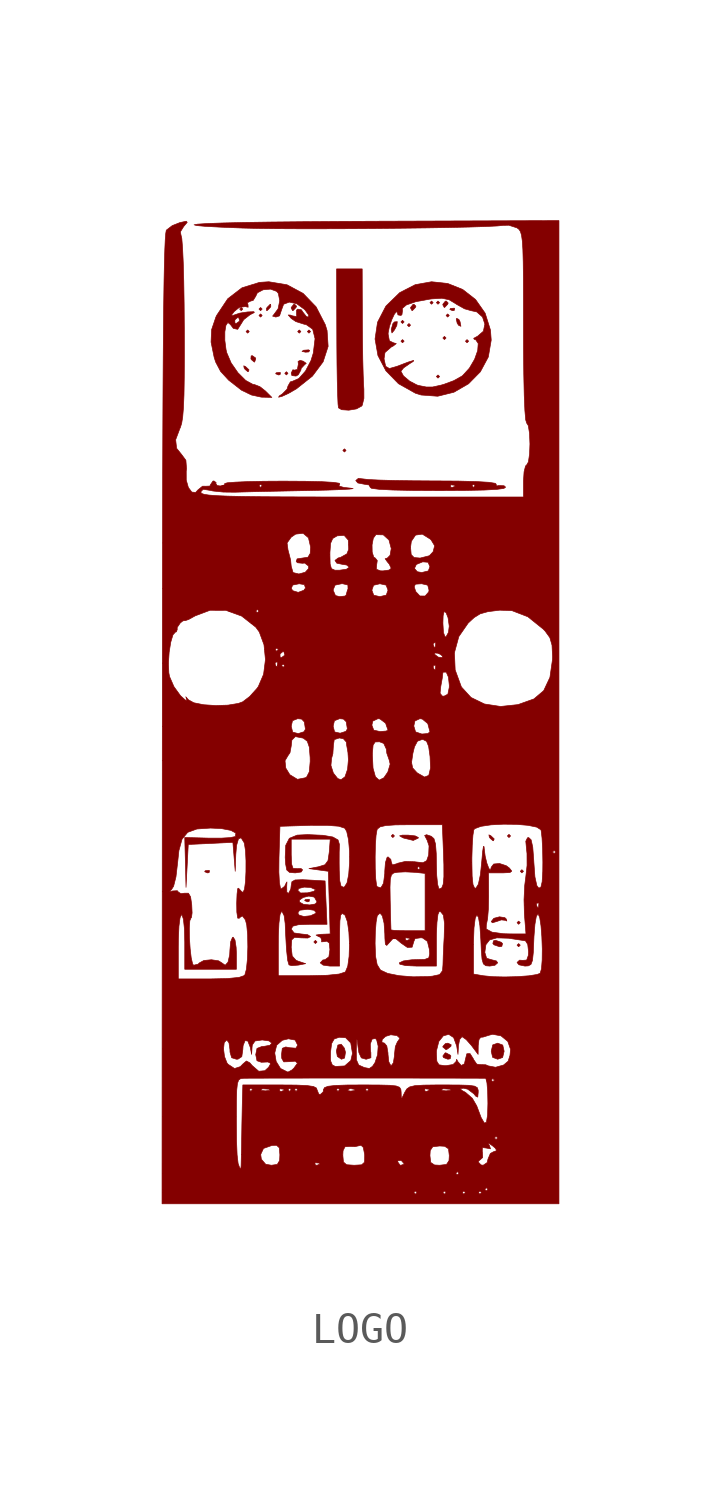
<source format=kicad_sym>
(kicad_symbol_lib
  (version 20220914)
  (generator bitmap2component)
  (symbol "LOGO"
    (pin_names
      (offset 1.016))
    (property "Reference" "#G"
      (at 0 15.358 0)
      (effects (font (size 1.27 1.27)) hide))
    (symbol "LOGO_0_0"
      (polyline (pts (xy 6.402 0.002) (xy 6.402 15.997) (xy 0.526 15.976) (xy -0.676 15.97) (xy -1.917 15.961) (xy -2.977 15.95) (xy -3.854 15.936) (xy -4.545 15.919) (xy -5.046 15.901) (xy -5.356 15.881) (xy -5.47 15.859) (xy -5.386 15.835) (xy -5.102 15.809) (xy -4.613 15.783) (xy -3.917 15.755) (xy -3.899 15.754) (xy -3.411 15.742) (xy -2.792 15.734) (xy -2.068 15.73) (xy -1.27 15.73) (xy -0.425 15.733) (xy 0.438 15.739) (xy 1.29 15.748) (xy 2.104 15.759) (xy 2.85 15.772) (xy 3.501 15.787) (xy 4.026 15.804) (xy 4.399 15.822) (xy 4.591 15.841) (xy 4.769 15.846) (xy 5.037 15.76) (xy 5.044 15.755) (xy 5.103 15.709) (xy 5.149 15.638) (xy 5.184 15.52) (xy 5.21 15.331) (xy 5.228 15.048) (xy 5.239 14.648) (xy 5.245 14.109) (xy 5.247 13.406) (xy 5.248 12.518) (xy 5.249 11.874) (xy 5.257 11.005) (xy 5.272 10.316) (xy 5.293 9.816) (xy 5.32 9.511) (xy 5.353 9.407) (xy 5.404 9.326) (xy 5.443 9.083) (xy 5.458 8.728) (xy 5.445 8.399) (xy 5.408 8.145) (xy 5.353 8.049) (xy 5.315 8.013) (xy 5.267 7.824) (xy 5.248 7.526) (xy 5.248 7.003) (xy 0 7.003) (xy -0.386 7.003) (xy -1.528 7.005) (xy -2.481 7.008) (xy -3.262 7.013) (xy -3.886 7.021) (xy -4.369 7.032) (xy -4.729 7.047) (xy -4.98 7.066) (xy -5.14 7.09) (xy -5.224 7.119) (xy -5.248 7.153) (xy -5.246 7.18) (xy -5.173 7.255) (xy -4.959 7.221) (xy -4.855 7.199) (xy -4.52 7.164) (xy -4.146 7.159) (xy -3.946 7.165) (xy -3.537 7.176) (xy -3 7.188) (xy -2.383 7.201) (xy -1.732 7.214) (xy -1.684 7.215) (xy -1.132 7.228) (xy -0.702 7.244) (xy -0.415 7.26) (xy -0.295 7.276) (xy -0.363 7.29) (xy -0.596 7.315) (xy -0.758 7.361) (xy -0.73 7.425) (xy -0.743 7.451) (xy -0.931 7.48) (xy -1.305 7.502) (xy -1.849 7.515) (xy -2.55 7.52) (xy -2.583 7.52) (xy -3.192 7.516) (xy -3.718 7.505) (xy -4.127 7.487) (xy -4.389 7.466) (xy -4.473 7.441) (xy -4.48 7.396) (xy -4.588 7.369) (xy -3.359 7.369) (xy -3.306 7.421) (xy -3.254 7.369) (xy -3.306 7.317) (xy -3.359 7.369) (xy -4.588 7.369) (xy -4.618 7.362) (xy -4.72 7.377) (xy -4.762 7.444) (xy -4.751 7.471) (xy -4.822 7.526) (xy -4.856 7.521) (xy -4.933 7.41) (xy -4.955 7.36) (xy -5.088 7.354) (xy -5.193 7.356) (xy -5.344 7.234) (xy -5.419 7.151) (xy -5.544 7.164) (xy -5.655 7.312) (xy -5.724 7.553) (xy -5.725 7.844) (xy -5.715 7.924) (xy -5.736 8.198) (xy -5.88 8.392) (xy -6.038 8.588) (xy -6.069 8.867) (xy -5.931 9.233) (xy -5.917 9.262) (xy -5.873 9.401) (xy -5.84 9.608) (xy -5.815 9.909) (xy -5.798 10.325) (xy -5.789 10.88) (xy -5.785 11.598) (xy -5.787 12.501) (xy -5.793 13.276) (xy -5.805 14.018) (xy -5.822 14.635) (xy -5.844 15.108) (xy -5.869 15.415) (xy -5.897 15.534) (xy -5.915 15.631) (xy -5.809 15.802) (xy -5.692 15.941) (xy -5.724 15.976) (xy -5.933 15.931) (xy -6.18 15.833) (xy -6.369 15.688) (xy -6.375 15.677) (xy -6.392 15.575) (xy -6.408 15.368) (xy -6.422 15.05) (xy -6.435 14.611) (xy -6.447 14.046) (xy -6.457 13.346) (xy -6.466 12.504) (xy -6.474 11.513) (xy -6.481 10.365) (xy -6.487 9.053) (xy -6.492 7.568) (xy -6.496 5.905) (xy -6.497 5.508) (xy -2.444 5.508) (xy -2.31 5.696) (xy -2.163 5.796) (xy -1.923 5.823) (xy -1.748 5.676) (xy -1.679 5.376) (xy -1.691 5.167) (xy -1.712 5.132) (xy -1.05 5.132) (xy -1.049 5.207) (xy -1.028 5.497) (xy -0.958 5.654) (xy -0.813 5.74) (xy -0.587 5.755) (xy -0.453 5.603) (xy -0.446 5.444) (xy 0.321 5.444) (xy 0.362 5.662) (xy 0.446 5.778) (xy 0.687 5.772) (xy 0.871 5.605) (xy 0.933 5.371) (xy 1.574 5.371) (xy 1.599 5.561) (xy 1.736 5.764) (xy 1.956 5.795) (xy 2.214 5.634) (xy 2.245 5.603) (xy 2.357 5.417) (xy 2.308 5.224) (xy 2.186 5.093) (xy 1.886 5.017) (xy 1.689 5.034) (xy 1.594 5.13) (xy 1.574 5.371) (xy 0.933 5.371) (xy 0.945 5.327) (xy 0.908 5.108) (xy 0.819 5.017) (xy 0.746 4.995) (xy 0.819 4.892) (xy 0.879 4.822) (xy 0.945 4.683) (xy 0.941 4.68) (xy 1.701 4.68) (xy 1.762 4.809) (xy 1.969 4.894) (xy 2.143 4.88) (xy 2.204 4.737) (xy 2.151 4.599) (xy 1.939 4.547) (xy 1.792 4.573) (xy 1.701 4.68) (xy 0.941 4.68) (xy 0.876 4.627) (xy 0.675 4.599) (xy 0.592 4.602) (xy 0.46 4.653) (xy 0.472 4.808) (xy 0.491 4.936) (xy 0.427 5.017) (xy 0.376 5.047) (xy 0.325 5.211) (xy 0.321 5.444) (xy -0.446 5.444) (xy -0.439 5.302) (xy -0.497 5.154) (xy -0.71 5.036) (xy -0.779 5.021) (xy -0.886 4.94) (xy -0.827 4.851) (xy -0.624 4.808) (xy -0.508 4.792) (xy -0.42 4.72) (xy -0.42 4.719) (xy -0.513 4.654) (xy -0.735 4.622) (xy -0.89 4.623) (xy -1.001 4.673) (xy -1.043 4.824) (xy -1.05 5.132) (xy -1.712 5.132) (xy -1.765 5.044) (xy -1.948 5.017) (xy -2.117 4.991) (xy -2.147 4.906) (xy -2.106 4.864) (xy -1.94 4.847) (xy -1.872 4.855) (xy -1.747 4.758) (xy -1.741 4.679) (xy -1.852 4.556) (xy -2.06 4.499) (xy -2.249 4.545) (xy -2.309 4.749) (xy -2.329 4.956) (xy -2.408 5.261) (xy -2.413 5.277) (xy -2.444 5.508) (xy -6.497 5.508) (xy -6.499 4.055) (xy -6.499 4.027) (xy -2.307 4.027) (xy -2.262 4.138) (xy -2.05 4.181) (xy -1.881 4.153) (xy -1.845 4.042) (xy -1.891 3.979) (xy -0.945 3.979) (xy -0.882 4.136) (xy -0.671 4.181) (xy -0.633 4.181) (xy -0.465 4.14) (xy -0.461 4.016) (xy -0.477 3.972) (xy 0.315 3.972) (xy 0.371 4.132) (xy 0.577 4.181) (xy 0.778 4.136) (xy 0.798 4.084) (xy 1.692 4.084) (xy 1.732 4.167) (xy 1.935 4.181) (xy 1.937 4.181) (xy 2.132 4.135) (xy 2.175 3.972) (xy 2.165 3.916) (xy 2.048 3.783) (xy 1.877 3.784) (xy 1.743 3.928) (xy 1.692 4.084) (xy 0.798 4.084) (xy 0.84 3.972) (xy 0.783 3.812) (xy 0.577 3.763) (xy 0.376 3.808) (xy 0.315 3.972) (xy -0.477 3.972) (xy -0.492 3.929) (xy -0.525 3.807) (xy -0.564 3.781) (xy -0.735 3.763) (xy -0.87 3.797) (xy -0.945 3.972) (xy -0.945 3.979) (xy -1.891 3.979) (xy -1.898 3.97) (xy -2.082 3.901) (xy -2.257 3.955) (xy -2.307 4.027) (xy -6.499 4.027) (xy -6.501 2.011) (xy -6.502 1.598) (xy -6.304 1.598) (xy -6.281 1.95) (xy -6.229 2.277) (xy -6.157 2.519) (xy -6.073 2.613) (xy -6.046 2.616) (xy -6.018 2.692) (xy -6.02 2.757) (xy -5.919 2.905) (xy -5.835 2.972) (xy -5.773 2.985) (xy -5.766 2.978) (xy -5.648 3.018) (xy -5.432 3.137) (xy -4.95 3.318) (xy -4.431 3.315) (xy -4.369 3.292) (xy -3.464 3.292) (xy -3.411 3.345) (xy -3.359 3.292) (xy -3.411 3.24) (xy -3.464 3.292) (xy -4.369 3.292) (xy -3.921 3.129) (xy -3.622 2.894) (xy 2.626 2.894) (xy 2.633 3.138) (xy 2.666 3.279) (xy 2.729 3.24) (xy 2.794 3.075) (xy 2.832 2.802) (xy 2.807 2.599) (xy 2.729 2.456) (xy 2.696 2.455) (xy 2.644 2.591) (xy 2.626 2.894) (xy -3.622 2.894) (xy -3.463 2.769) (xy -3.348 2.612) (xy -3.196 2.2) (xy -3.195 2.195) (xy 2.309 2.195) (xy 2.317 2.25) (xy 2.379 2.265) (xy 2.392 2.249) (xy 2.379 2.125) (xy 2.348 2.109) (xy 2.309 2.195) (xy -3.195 2.195) (xy -3.179 2.038) (xy -2.834 2.038) (xy -2.781 2.091) (xy -2.729 2.038) (xy -2.781 1.986) (xy -2.834 2.038) (xy -3.179 2.038) (xy -3.164 1.881) (xy -2.676 1.881) (xy -2.655 1.913) (xy -2.565 1.986) (xy -2.555 1.983) (xy -2.538 1.937) (xy 3.001 1.937) (xy 3.144 2.462) (xy 3.448 2.901) (xy 3.64 3.079) (xy 3.84 3.203) (xy 4.091 3.273) (xy 4.474 3.321) (xy 4.876 3.305) (xy 5.39 3.107) (xy 5.89 2.705) (xy 5.954 2.638) (xy 6.106 2.427) (xy 6.176 2.182) (xy 6.193 1.815) (xy 6.191 1.713) (xy 6.108 1.135) (xy 5.905 0.703) (xy 5.588 0.434) (xy 5.068 0.249) (xy 4.503 0.189) (xy 3.979 0.269) (xy 3.542 0.481) (xy 3.233 0.818) (xy 3.222 0.839) (xy 3.025 1.378) (xy 3.001 1.937) (xy -2.538 1.937) (xy -2.536 1.929) (xy 2.353 1.929) (xy 2.461 1.921) (xy 2.542 1.885) (xy 2.624 1.818) (xy 2.595 1.779) (xy 2.475 1.794) (xy 2.362 1.88) (xy 2.353 1.929) (xy -2.536 1.929) (xy -2.519 1.881) (xy -2.523 1.853) (xy -2.63 1.777) (xy -2.668 1.785) (xy -2.676 1.881) (xy -3.164 1.881) (xy -3.148 1.716) (xy -3.166 1.568) (xy -2.834 1.568) (xy -2.826 1.623) (xy -2.764 1.637) (xy -2.751 1.622) (xy -2.762 1.516) (xy -2.624 1.516) (xy -2.571 1.568) (xy -2.519 1.516) (xy -2.571 1.463) (xy 2.309 1.463) (xy 2.317 1.519) (xy 2.379 1.533) (xy 2.392 1.518) (xy 2.379 1.394) (xy 2.348 1.377) (xy 2.309 1.463) (xy -2.571 1.463) (xy -2.624 1.516) (xy -2.762 1.516) (xy -2.764 1.498) (xy -2.796 1.482) (xy -2.834 1.568) (xy -3.166 1.568) (xy -3.208 1.237) (xy -3.379 0.838) (xy -3.424 0.775) (xy -3.566 0.618) (xy 2.534 0.618) (xy 2.558 0.849) (xy 2.559 0.851) (xy 2.605 1.109) (xy 2.624 1.274) (xy 2.632 1.306) (xy 2.729 1.306) (xy 2.738 1.299) (xy 2.806 1.143) (xy 2.834 0.882) (xy 2.833 0.81) (xy 2.787 0.588) (xy 2.663 0.523) (xy 2.603 0.529) (xy 2.534 0.618) (xy -3.566 0.618) (xy -3.659 0.514) (xy -3.887 0.34) (xy -4.028 0.288) (xy -4.367 0.232) (xy -4.766 0.219) (xy -5.159 0.245) (xy -5.478 0.309) (xy -5.656 0.407) (xy -5.663 0.417) (xy -5.739 0.504) (xy -5.711 0.418) (xy -5.702 0.39) (xy -5.756 0.398) (xy -5.908 0.535) (xy -5.91 0.537) (xy -6.125 0.834) (xy -6.268 1.162) (xy -6.291 1.283) (xy -6.304 1.598) (xy -6.502 1.598) (xy -6.503 -0.235) (xy -6.503 -0.456) (xy -2.309 -0.456) (xy -2.267 -0.274) (xy -2.099 -0.209) (xy -1.97 -0.222) (xy -1.883 -0.314) (xy -1.862 -0.453) (xy -0.945 -0.453) (xy -0.903 -0.275) (xy -0.735 -0.209) (xy -0.61 -0.221) (xy -0.52 -0.309) (xy -0.503 -0.418) (xy 0.315 -0.418) (xy 0.346 -0.288) (xy 0.514 -0.209) (xy 0.579 -0.218) (xy 0.761 -0.355) (xy 0.793 -0.448) (xy 1.679 -0.448) (xy 1.716 -0.283) (xy 1.878 -0.209) (xy 1.956 -0.221) (xy 2.134 -0.369) (xy 2.204 -0.635) (xy 2.138 -0.692) (xy 1.942 -0.708) (xy 1.941 -0.708) (xy 1.737 -0.639) (xy 1.679 -0.448) (xy 0.793 -0.448) (xy 0.84 -0.584) (xy 0.775 -0.612) (xy 0.577 -0.627) (xy 0.376 -0.582) (xy 0.315 -0.418) (xy -0.503 -0.418) (xy -0.483 -0.54) (xy -0.528 -0.62) (xy -0.709 -0.679) (xy -0.722 -0.68) (xy -0.898 -0.639) (xy -0.945 -0.453) (xy -1.862 -0.453) (xy -1.847 -0.549) (xy -1.893 -0.633) (xy -2.073 -0.691) (xy -2.086 -0.692) (xy -2.262 -0.646) (xy -2.309 -0.456) (xy -6.503 -0.456) (xy -6.504 -1.577) (xy -2.511 -1.577) (xy -2.414 -1.411) (xy -2.349 -1.317) (xy -2.309 -1.098) (xy -2.288 -0.905) (xy -2.174 -0.792) (xy -1.933 -0.839) (xy -1.911 -0.847) (xy -1.786 -0.944) (xy -1.721 -1.133) (xy -1.694 -1.472) (xy -1.692 -1.597) (xy -1.703 -1.729) (xy -1.017 -1.729) (xy -0.995 -1.496) (xy -0.954 -1.351) (xy -0.936 -1.071) (xy -0.909 -0.89) (xy -0.742 -0.836) (xy -0.612 -0.862) (xy -0.517 -0.967) (xy -0.506 -1.068) (xy -0.464 -1.307) (xy -0.459 -1.379) (xy 0.331 -1.379) (xy 0.333 -1.32) (xy 0.355 -1.069) (xy 0.422 -0.966) (xy 0.564 -0.961) (xy 0.701 -1.014) (xy 0.787 -1.202) (xy 0.8 -1.33) (xy 0.878 -1.552) (xy 0.897 -1.632) (xy 1.606 -1.632) (xy 1.649 -1.337) (xy 1.701 -1.125) (xy 1.799 -0.94) (xy 1.945 -0.888) (xy 1.985 -0.89) (xy 2.095 -0.946) (xy 2.162 -1.114) (xy 2.208 -1.443) (xy 2.223 -1.814) (xy 2.166 -2.054) (xy 2.028 -2.108) (xy 1.804 -1.981) (xy 1.776 -1.958) (xy 1.642 -1.811) (xy 1.606 -1.632) (xy 0.897 -1.632) (xy 0.91 -1.687) (xy 0.834 -1.944) (xy 0.705 -2.132) (xy 0.552 -2.208) (xy 0.431 -2.099) (xy 0.353 -1.818) (xy 0.331 -1.379) (xy -0.459 -1.379) (xy -0.449 -1.55) (xy -0.476 -1.855) (xy -0.56 -2.1) (xy -0.689 -2.195) (xy -0.796 -2.156) (xy -0.938 -1.977) (xy -1.017 -1.729) (xy -1.703 -1.729) (xy -1.722 -1.94) (xy -1.808 -2.107) (xy -1.849 -2.131) (xy -2.106 -2.182) (xy -2.354 -2.031) (xy -2.486 -1.816) (xy -2.511 -1.577) (xy -6.504 -1.577) (xy -6.506 -5.839) (xy -6.281 -5.839) (xy -6.206 -5.771) (xy -6.136 -5.661) (xy -6.059 -5.357) (xy -6.006 -4.903) (xy -5.963 -4.5) (xy -5.861 -4.13) (xy -5.677 -3.907) (xy -5.378 -3.798) (xy -4.933 -3.768) (xy -4.577 -3.785) (xy -4.272 -3.843) (xy -4.111 -3.931) (xy -4.125 -4.039) (xy -4.133 -4.045) (xy -4.295 -4.078) (xy -4.599 -4.096) (xy -4.988 -4.095) (xy -5.773 -4.074) (xy -5.752 -4.885) (xy -5.732 -5.697) (xy -5.695 -5) (xy -5.659 -4.302) (xy -4.933 -4.268) (xy -4.207 -4.233) (xy -4.169 -4.704) (xy -4.131 -5.174) (xy -4.112 -4.625) (xy -4.087 -4.332) (xy -4.025 -4.12) (xy -3.94 -4.084) (xy -3.842 -4.242) (xy -3.832 -4.275) (xy -3.797 -4.505) (xy -3.781 -4.829) (xy -3.782 -5.187) (xy -3.798 -5.517) (xy -3.83 -5.759) (xy -3.875 -5.854) (xy -3.915 -5.844) (xy -4.024 -5.723) (xy -4.05 -5.737) (xy -4.072 -5.914) (xy -4.082 -6.175) (xy -2.042 -6.175) (xy -2.041 -6.111) (xy -1.922 -6.026) (xy -1.738 -5.981) (xy -1.575 -6.01) (xy -1.546 -6.032) (xy -1.469 -6.173) (xy -1.528 -6.238) (xy -1.707 -6.269) (xy -1.911 -6.248) (xy -2.042 -6.175) (xy -4.082 -6.175) (xy -4.083 -6.219) (xy -4.079 -6.501) (xy -4.05 -6.699) (xy -3.998 -6.702) (xy -3.985 -6.681) (xy -3.898 -6.626) (xy -3.8 -6.755) (xy -3.757 -6.919) (xy -3.728 -7.24) (xy -3.721 -7.635) (xy -3.734 -8.032) (xy -3.768 -8.362) (xy -3.821 -8.554) (xy -3.829 -8.564) (xy -3.848 -8.571) (xy -2.729 -8.571) (xy -2.729 -7.526) (xy -2.727 -7.285) (xy -2.708 -6.858) (xy -2.673 -6.58) (xy -2.624 -6.481) (xy -2.605 -6.487) (xy -2.583 -6.532) (xy -2.097 -6.532) (xy -2.036 -6.442) (xy -1.781 -6.411) (xy -1.769 -6.411) (xy -1.564 -6.443) (xy -1.499 -6.516) (xy -1.52 -6.547) (xy -1.68 -6.62) (xy -1.895 -6.644) (xy -2.047 -6.603) (xy -2.097 -6.532) (xy -2.583 -6.532) (xy -2.539 -6.62) (xy -2.506 -6.873) (xy -2.494 -7.167) (xy -2.463 -7.718) (xy -2.425 -8.07) (xy -2.382 -8.22) (xy -2.293 -8.244) (xy -2.082 -8.227) (xy -1.837 -8.18) (xy -2.073 -8.102) (xy -2.151 -8.07) (xy -2.276 -7.931) (xy -2.309 -7.659) (xy -2.309 -7.632) (xy -2.292 -7.404) (xy -2.205 -7.325) (xy -1.994 -7.339) (xy -1.986 -7.34) (xy -1.769 -7.346) (xy -1.679 -7.299) (xy -1.679 -7.298) (xy -1.773 -7.237) (xy -1.994 -7.212) (xy -2.215 -7.18) (xy -2.309 -7.056) (xy -2.258 -6.961) (xy -2.077 -6.913) (xy -1.727 -6.899) (xy -1.145 -6.899) (xy -1.176 -6.193) (xy -1.207 -5.488) (xy -1.758 -5.456) (xy -1.949 -5.447) (xy -2.183 -5.456) (xy -2.286 -5.512) (xy -2.309 -5.633) (xy -2.324 -5.758) (xy -2.342 -5.79) (xy -2.099 -5.79) (xy -2.058 -5.732) (xy -1.888 -5.689) (xy -1.676 -5.701) (xy -1.517 -5.771) (xy -1.514 -5.775) (xy -1.576 -5.827) (xy -1.779 -5.875) (xy -2.008 -5.88) (xy -2.099 -5.79) (xy -2.342 -5.79) (xy -2.399 -5.896) (xy -2.452 -5.854) (xy -2.455 -5.668) (xy -2.454 -5.654) (xy -2.448 -5.519) (xy -2.478 -5.566) (xy -2.524 -5.663) (xy -2.635 -5.749) (xy -2.658 -5.728) (xy -2.693 -5.545) (xy -2.711 -5.201) (xy -2.707 -4.73) (xy -2.676 -3.711) (xy -1.695 -3.68) (xy -1.151 -3.678) (xy -0.763 -3.708) (xy -0.567 -3.772) (xy -0.504 -3.878) (xy -0.444 -4.15) (xy -0.413 -4.513) (xy -0.412 -4.706) (xy 0.422 -4.706) (xy 0.43 -4.325) (xy 0.451 -4.01) (xy 0.483 -3.824) (xy 0.496 -3.798) (xy 0.584 -3.728) (xy 0.768 -3.686) (xy 1.087 -3.664) (xy 1.578 -3.659) (xy 2.608 -3.659) (xy 2.644 -4.573) (xy 2.654 -4.878) (xy 3.569 -4.878) (xy 3.569 -4.738) (xy 3.581 -4.325) (xy 3.603 -4) (xy 3.632 -3.824) (xy 3.663 -3.787) (xy 3.864 -3.712) (xy 4.193 -3.663) (xy 4.596 -3.642) (xy 5.016 -3.647) (xy 5.396 -3.679) (xy 5.681 -3.738) (xy 5.814 -3.824) (xy 5.824 -3.86) (xy 5.851 -4.09) (xy 5.87 -4.45) (xy 5.872 -4.547) (xy 6.193 -4.547) (xy 6.245 -4.495) (xy 6.298 -4.547) (xy 6.245 -4.599) (xy 6.193 -4.547) (xy 5.872 -4.547) (xy 5.878 -4.878) (xy 5.875 -5.174) (xy 5.855 -5.515) (xy 5.814 -5.689) (xy 5.747 -5.723) (xy 5.683 -5.641) (xy 5.62 -5.356) (xy 5.585 -4.878) (xy 5.581 -4.801) (xy 5.549 -4.384) (xy 5.496 -4.15) (xy 5.418 -4.077) (xy 5.378 -4.084) (xy 5.323 -4.195) (xy 5.348 -4.469) (xy 5.362 -4.593) (xy 5.364 -4.984) (xy 5.32 -5.383) (xy 5.288 -5.631) (xy 5.265 -6.101) (xy 5.27 -6.272) (xy 5.668 -6.272) (xy 5.675 -6.216) (xy 5.738 -6.202) (xy 5.75 -6.217) (xy 5.738 -6.341) (xy 5.706 -6.358) (xy 5.668 -6.272) (xy 5.27 -6.272) (xy 5.277 -6.559) (xy 5.329 -7.212) (xy 4.79 -7.211) (xy 4.592 -7.205) (xy 4.223 -7.154) (xy 4.035 -7.05) (xy 4.039 -6.901) (xy 4.044 -6.893) (xy 4.08 -6.714) (xy 4.106 -6.396) (xy 4.114 -6.001) (xy 4.111 -5.226) (xy 4.53 -5.226) (xy 4.575 -5.226) (xy 4.807 -5.215) (xy 4.867 -5.169) (xy 4.791 -5.07) (xy 4.686 -4.992) (xy 4.469 -4.921) (xy 4.279 -4.937) (xy 4.197 -5.043) (xy 4.197 -5.05) (xy 4.172 -5.141) (xy 4.12 -5.078) (xy 4.056 -4.909) (xy 4.001 -4.681) (xy 3.971 -4.442) (xy 3.965 -4.373) (xy 3.945 -4.362) (xy 3.919 -4.528) (xy 3.89 -4.852) (xy 3.847 -5.278) (xy 3.78 -5.594) (xy 3.7 -5.723) (xy 3.656 -5.718) (xy 3.605 -5.603) (xy 3.577 -5.331) (xy 3.569 -4.878) (xy 2.654 -4.878) (xy 2.657 -4.955) (xy 2.658 -5.351) (xy 2.636 -5.594) (xy 2.587 -5.716) (xy 2.508 -5.749) (xy 2.495 -5.742) (xy 2.454 -5.599) (xy 2.425 -5.309) (xy 2.414 -4.924) (xy 2.41 -4.603) (xy 2.386 -4.288) (xy 2.335 -4.112) (xy 2.248 -4.035) (xy 2.096 -3.984) (xy 2.032 -4.008) (xy 2.114 -4.165) (xy 2.175 -4.347) (xy 2.162 -4.646) (xy 2.097 -4.83) (xy 1.976 -4.895) (xy 1.729 -4.867) (xy 1.713 -4.864) (xy 1.403 -4.853) (xy 1.156 -4.912) (xy 1.122 -4.929) (xy 0.981 -4.968) (xy 0.945 -4.864) (xy 0.932 -4.789) (xy 0.84 -4.704) (xy 0.809 -4.724) (xy 0.756 -4.89) (xy 0.742 -5.07) (xy 1.784 -5.07) (xy 1.837 -5.017) (xy 1.889 -5.07) (xy 1.837 -5.122) (xy 1.784 -5.07) (xy 0.742 -5.07) (xy 0.735 -5.168) (xy 0.734 -5.25) (xy 0.694 -5.562) (xy 0.62 -5.692) (xy 0.905 -5.692) (xy 0.915 -5.429) (xy 0.953 -5.288) (xy 1.029 -5.227) (xy 1.155 -5.205) (xy 1.403 -5.193) (xy 1.732 -5.209) (xy 2.047 -5.243) (xy 2.047 -6.176) (xy 2.047 -7.108) (xy 1.496 -7.108) (xy 1.283 -7.106) (xy 1.037 -7.096) (xy 0.938 -7.082) (xy 0.936 -7.059) (xy 0.93 -6.877) (xy 0.921 -6.556) (xy 0.912 -6.145) (xy 0.911 -6.12) (xy 0.905 -5.692) (xy 0.62 -5.692) (xy 0.609 -5.712) (xy 0.487 -5.676) (xy 0.469 -5.634) (xy 0.441 -5.422) (xy 0.425 -5.092) (xy 0.422 -4.706) (xy -0.412 -4.706) (xy -0.412 -4.907) (xy -0.439 -5.273) (xy -0.494 -5.551) (xy -0.577 -5.682) (xy -0.612 -5.692) (xy -0.689 -5.654) (xy -0.73 -5.485) (xy -0.746 -5.145) (xy -0.749 -4.897) (xy -0.748 -4.551) (xy -0.74 -4.321) (xy -0.739 -4.302) (xy -0.786 -4.154) (xy -0.955 -4.058) (xy -1.274 -4.003) (xy -1.774 -3.98) (xy -2.116 -3.997) (xy -2.37 -4.101) (xy -2.488 -4.33) (xy -2.505 -4.72) (xy -2.492 -4.933) (xy -2.454 -5.132) (xy -2.361 -5.212) (xy -2.179 -5.226) (xy -2.175 -5.226) (xy -1.983 -5.197) (xy -1.939 -5.126) (xy -1.986 -5.087) (xy -2.155 -5.085) (xy -2.249 -5.08) (xy -2.296 -4.943) (xy -2.309 -4.636) (xy -2.309 -4.129) (xy -1.675 -4.129) (xy -1.04 -4.129) (xy -1.071 -4.546) (xy -1.072 -4.554) (xy -1.112 -4.826) (xy -1.21 -4.96) (xy -1.417 -5.026) (xy -1.732 -5.087) (xy -1.417 -5.131) (xy -1.102 -5.174) (xy -1.072 -6.193) (xy -1.042 -7.212) (xy -1.334 -7.224) (xy -1.361 -7.226) (xy -1.501 -7.248) (xy -1.442 -7.285) (xy -1.349 -7.328) (xy -1.316 -7.428) (xy -1.322 -7.47) (xy -1.212 -7.461) (xy -1.161 -7.447) (xy -1.073 -7.502) (xy -1.05 -7.724) (xy -1.084 -7.958) (xy -1.207 -8.049) (xy -1.28 -8.06) (xy -1.365 -8.153) (xy -1.365 -8.154) (xy -1.271 -8.227) (xy -1.05 -8.258) (xy -0.735 -8.258) (xy -0.735 -7.356) (xy -0.734 -7.133) (xy -0.725 -6.787) (xy -0.7 -6.602) (xy -0.653 -6.546) (xy -0.577 -6.585) (xy -0.556 -6.609) (xy -0.48 -6.818) (xy -0.433 -7.155) (xy -0.416 -7.518) (xy 0.42 -7.518) (xy 0.428 -7.154) (xy 0.453 -6.827) (xy 0.487 -6.637) (xy 0.497 -6.613) (xy 0.579 -6.533) (xy 0.655 -6.626) (xy 0.712 -6.863) (xy 0.736 -7.212) (xy 0.739 -7.344) (xy 0.739 -7.352) (xy 1.399 -7.352) (xy 1.415 -7.339) (xy 1.539 -7.352) (xy 1.556 -7.383) (xy 1.469 -7.421) (xy 1.414 -7.414) (xy 1.399 -7.352) (xy 0.739 -7.352) (xy 0.754 -7.548) (xy 0.799 -7.587) (xy 0.888 -7.489) (xy 0.995 -7.369) (xy 1.098 -7.37) (xy 1.268 -7.512) (xy 1.47 -7.652) (xy 1.624 -7.644) (xy 1.679 -7.46) (xy 1.72 -7.363) (xy 1.915 -7.336) (xy 1.972 -7.347) (xy 2.122 -7.455) (xy 2.184 -7.709) (xy 2.196 -7.86) (xy 2.167 -7.992) (xy 2.034 -8.041) (xy 1.745 -8.049) (xy 1.609 -8.053) (xy 1.343 -8.09) (xy 1.207 -8.153) (xy 1.226 -8.199) (xy 1.416 -8.242) (xy 1.778 -8.258) (xy 2.414 -8.258) (xy 2.414 -7.369) (xy 2.416 -7.205) (xy 2.433 -6.835) (xy 2.465 -6.577) (xy 2.508 -6.481) (xy 2.55 -6.488) (xy 2.641 -6.6) (xy 2.679 -6.869) (xy 2.667 -7.318) (xy 2.655 -7.53) (xy 2.654 -7.551) (xy 3.621 -7.551) (xy 3.621 -7.496) (xy 3.638 -7.011) (xy 3.677 -6.708) (xy 3.728 -6.593) (xy 3.782 -6.67) (xy 3.829 -6.944) (xy 3.861 -7.421) (xy 3.875 -7.749) (xy 3.899 -8.035) (xy 3.943 -8.187) (xy 4.022 -8.247) (xy 4.15 -8.258) (xy 4.319 -8.232) (xy 4.408 -8.153) (xy 4.369 -8.092) (xy 4.198 -8.049) (xy 4.049 -8.004) (xy 3.99 -7.813) (xy 3.99 -7.813) (xy 4.025 -7.562) (xy 4.146 -7.407) (xy 4.381 -7.34) (xy 4.758 -7.352) (xy 5.308 -7.436) (xy 5.313 -7.437) (xy 5.386 -7.553) (xy 5.412 -7.788) (xy 5.406 -7.909) (xy 5.352 -8.062) (xy 5.222 -8.072) (xy 5.12 -8.065) (xy 5.038 -8.141) (xy 5.101 -8.217) (xy 5.296 -8.258) (xy 5.406 -8.251) (xy 5.491 -8.204) (xy 5.54 -8.074) (xy 5.567 -7.818) (xy 5.585 -7.395) (xy 5.589 -7.297) (xy 5.62 -6.901) (xy 5.665 -6.643) (xy 5.72 -6.559) (xy 5.724 -6.56) (xy 5.776 -6.681) (xy 5.817 -6.949) (xy 5.845 -7.308) (xy 5.859 -7.699) (xy 5.855 -8.065) (xy 5.833 -8.348) (xy 5.79 -8.492) (xy 5.692 -8.531) (xy 5.424 -8.574) (xy 5.053 -8.601) (xy 4.64 -8.612) (xy 4.247 -8.603) (xy 3.936 -8.572) (xy 3.621 -8.517) (xy 3.621 -7.551) (xy 2.654 -7.551) (xy 2.637 -7.922) (xy 2.628 -8.22) (xy 2.613 -8.408) (xy 2.519 -8.535) (xy 2.283 -8.586) (xy 2.132 -8.599) (xy 1.654 -8.607) (xy 1.199 -8.57) (xy 0.829 -8.496) (xy 0.605 -8.392) (xy 0.587 -8.375) (xy 0.487 -8.211) (xy 0.435 -7.943) (xy 0.42 -7.518) (xy -0.416 -7.518) (xy -0.414 -7.551) (xy -0.426 -7.943) (xy -0.47 -8.263) (xy -0.546 -8.446) (xy -0.554 -8.453) (xy -0.752 -8.517) (xy -1.14 -8.557) (xy -1.7 -8.571) (xy -2.729 -8.571) (xy -3.848 -8.571) (xy -4.005 -8.626) (xy -4.379 -8.663) (xy -4.939 -8.676) (xy -5.983 -8.676) (xy -5.983 -7.63) (xy -5.98 -7.389) (xy -5.962 -6.963) (xy -5.926 -6.685) (xy -5.878 -6.585) (xy -5.864 -6.591) (xy -5.816 -6.735) (xy -5.784 -7.041) (xy -5.773 -7.474) (xy -5.773 -8.362) (xy -4.933 -8.362) (xy -4.093 -8.362) (xy -4.093 -7.84) (xy -4.101 -7.651) (xy -4.138 -7.411) (xy -4.198 -7.317) (xy -4.221 -7.327) (xy -4.28 -7.469) (xy -4.303 -7.729) (xy -4.311 -7.889) (xy -4.366 -8.131) (xy -4.457 -8.231) (xy -4.565 -8.155) (xy -4.671 -8.087) (xy -4.905 -8.052) (xy -5.152 -8.076) (xy -5.304 -8.159) (xy -5.334 -8.194) (xy -5.486 -8.231) (xy -5.517 -8.187) (xy -5.563 -7.988) (xy -5.598 -7.686) (xy -5.62 -7.343) (xy -5.624 -7.022) (xy -5.608 -6.783) (xy -5.568 -6.69) (xy -5.554 -6.677) (xy -5.534 -6.527) (xy -5.546 -6.263) (xy -5.583 -6.006) (xy -5.654 -5.887) (xy -5.785 -5.887) (xy -5.9 -5.9) (xy -5.983 -5.847) (xy -6.014 -5.806) (xy -6.166 -5.814) (xy -6.173 -5.816) (xy -6.281 -5.839) (xy -6.506 -5.839) (xy -6.51 -10.954) (xy -4.511 -10.954) (xy -4.489 -10.748) (xy -4.408 -10.662) (xy -4.407 -10.662) (xy -4.334 -10.755) (xy -4.303 -10.975) (xy -4.301 -11.056) (xy -4.247 -11.24) (xy -4.093 -11.289) (xy -4.039 -11.286) (xy -3.917 -11.205) (xy -3.884 -10.975) (xy -3.875 -10.848) (xy -3.812 -10.685) (xy -3.721 -10.697) (xy -3.643 -10.897) (xy -3.597 -11.132) (xy -3.583 -10.897) (xy -3.574 -10.822) (xy -3.485 -10.695) (xy -3.254 -10.662) (xy -3.25 -10.662) (xy -3.03 -10.693) (xy -2.939 -10.766) (xy -3.004 -10.835) (xy -3.201 -10.871) (xy -3.26 -10.873) (xy -3.423 -10.937) (xy -3.453 -11.086) (xy -2.845 -11.086) (xy -2.782 -10.833) (xy -2.598 -10.672) (xy -2.399 -10.624) (xy -2.181 -10.666) (xy -2.099 -10.832) (xy -2.157 -10.929) (xy -2.362 -10.914) (xy -2.486 -10.889) (xy -2.6 -10.933) (xy -2.624 -11.133) (xy -2.618 -11.258) (xy -2.575 -11.335) (xy -1.031 -11.335) (xy -1.029 -11.045) (xy -0.994 -10.777) (xy -0.911 -10.63) (xy -0.747 -10.574) (xy -0.539 -10.589) (xy -0.372 -10.759) (xy -0.334 -10.994) (xy -0.192 -10.994) (xy -0.185 -10.806) (xy -0.174 -10.646) (xy -0.159 -10.68) (xy -0.134 -10.897) (xy -0.107 -11.076) (xy -0.028 -11.245) (xy 0.123 -11.289) (xy 0.133 -11.289) (xy 0.284 -11.241) (xy 0.282 -11.07) (xy 0.272 -11.026) (xy 0.264 -10.792) (xy 0.324 -10.633) (xy 0.431 -10.616) (xy 0.47 -10.659) (xy 0.49 -10.739) (xy 0.641 -10.739) (xy 0.651 -10.648) (xy 0.761 -10.546) (xy 0.93 -10.493) (xy 1.132 -10.519) (xy 1.227 -10.606) (xy 1.156 -10.713) (xy 1.147 -10.72) (xy 1.078 -10.878) (xy 1.055 -11.093) (xy 2.414 -11.093) (xy 2.417 -11.011) (xy 2.494 -10.709) (xy 2.641 -10.527) (xy 2.816 -10.48) (xy 2.975 -10.584) (xy 3.074 -10.854) (xy 3.117 -11.132) (xy 3.133 -10.845) (xy 3.17 -10.648) (xy 3.245 -10.557) (xy 3.254 -10.558) (xy 3.385 -10.65) (xy 3.557 -10.845) (xy 3.772 -11.132) (xy 3.775 -10.845) (xy 3.799 -10.651) (xy 3.857 -10.574) (xy 3.932 -10.569) (xy 4.127 -10.508) (xy 4.242 -10.477) (xy 4.516 -10.528) (xy 4.737 -10.709) (xy 4.827 -10.967) (xy 4.808 -11.165) (xy 4.748 -11.353) (xy 4.602 -11.476) (xy 4.339 -11.55) (xy 4.103 -11.505) (xy 4.021 -11.469) (xy 3.824 -11.463) (xy 3.728 -11.448) (xy 3.623 -11.296) (xy 3.617 -11.276) (xy 3.51 -11.106) (xy 3.405 -11.11) (xy 3.359 -11.289) (xy 3.326 -11.439) (xy 3.223 -11.492) (xy 3.113 -11.367) (xy 3.073 -11.29) (xy 3.052 -11.367) (xy 2.957 -11.46) (xy 2.729 -11.498) (xy 2.677 -11.498) (xy 2.499 -11.47) (xy 2.428 -11.355) (xy 2.414 -11.093) (xy 1.055 -11.093) (xy 1.05 -11.138) (xy 1.049 -11.181) (xy 1.014 -11.406) (xy 0.945 -11.498) (xy 0.931 -11.495) (xy 0.866 -11.374) (xy 0.84 -11.132) (xy 0.839 -11.084) (xy 0.801 -10.858) (xy 0.726 -10.766) (xy 0.641 -10.739) (xy 0.49 -10.739) (xy 0.52 -10.864) (xy 0.501 -11.142) (xy 0.416 -11.4) (xy 0.335 -11.52) (xy 0.233 -11.59) (xy 0.072 -11.56) (xy -0.114 -11.477) (xy -0.187 -11.309) (xy -0.192 -10.994) (xy -0.334 -10.994) (xy -0.317 -11.102) (xy -0.371 -11.332) (xy -0.571 -11.507) (xy -0.872 -11.523) (xy -0.97 -11.478) (xy -1.031 -11.335) (xy -2.575 -11.335) (xy -2.552 -11.375) (xy -2.362 -11.368) (xy -2.176 -11.352) (xy -2.107 -11.419) (xy -2.225 -11.582) (xy -2.294 -11.643) (xy -2.409 -11.704) (xy -2.432 -11.702) (xy -2.657 -11.59) (xy -2.799 -11.361) (xy -2.845 -11.086) (xy -3.453 -11.086) (xy -3.464 -11.139) (xy -3.423 -11.338) (xy -3.28 -11.388) (xy -3.066 -11.378) (xy -2.974 -11.425) (xy -3.044 -11.55) (xy -3.167 -11.662) (xy -3.365 -11.68) (xy -3.58 -11.494) (xy -3.655 -11.406) (xy -3.766 -11.346) (xy -3.881 -11.443) (xy -3.966 -11.53) (xy -4.153 -11.591) (xy -4.363 -11.453) (xy -4.399 -11.408) (xy -4.48 -11.201) (xy -4.511 -10.954) (xy -6.51 -10.954) (xy -6.511 -13.162) (xy -4.093 -13.162) (xy -4.091 -12.644) (xy -4.082 -12.293) (xy -4.059 -12.078) (xy -4.018 -11.964) (xy -3.953 -11.919) (xy -3.857 -11.909) (xy -3.801 -11.908) (xy -3.55 -11.906) (xy -3.138 -11.905) (xy -2.592 -11.904) (xy -1.942 -11.903) (xy -1.216 -11.902) (xy -0.443 -11.902) (xy 0.349 -11.902) (xy 1.131 -11.902) (xy 1.874 -11.903) (xy 2.551 -11.904) (xy 3.131 -11.905) (xy 3.588 -11.906) (xy 3.892 -11.908) (xy 4.015 -11.909) (xy 4.024 -11.916) (xy 4.037 -11.968) (xy 4.198 -11.968) (xy 4.251 -11.916) (xy 4.303 -11.968) (xy 4.251 -12.021) (xy 4.198 -11.968) (xy 4.037 -11.968) (xy 4.059 -12.056) (xy 4.082 -12.344) (xy 4.09 -12.726) (xy 4.079 -13.105) (xy 4.042 -13.339) (xy 3.974 -13.366) (xy 3.871 -13.189) (xy 3.727 -12.807) (xy 3.583 -12.559) (xy 3.359 -12.365) (xy 3.255 -12.31) (xy 3.186 -12.248) (xy 3.295 -12.231) (xy 3.434 -12.264) (xy 3.632 -12.413) (xy 3.695 -12.491) (xy 3.76 -12.522) (xy 3.775 -12.36) (xy 3.774 -12.297) (xy 3.747 -12.215) (xy 3.657 -12.164) (xy 3.467 -12.137) (xy 3.14 -12.127) (xy 2.64 -12.125) (xy 2.431 -12.125) (xy 1.995 -12.131) (xy 1.714 -12.149) (xy 1.546 -12.189) (xy 1.45 -12.257) (xy 1.446 -12.264) (xy 2.029 -12.264) (xy 2.045 -12.252) (xy 2.169 -12.264) (xy 2.186 -12.296) (xy 2.17 -12.303) (xy 2.584 -12.303) (xy 2.598 -12.265) (xy 2.645 -12.251) (xy 2.86 -12.265) (xy 2.878 -12.301) (xy 2.729 -12.318) (xy 2.584 -12.303) (xy 2.17 -12.303) (xy 2.099 -12.334) (xy 2.044 -12.327) (xy 2.029 -12.264) (xy 1.446 -12.264) (xy 1.388 -12.36) (xy 1.274 -12.595) (xy 1.267 -12.36) (xy 1.258 -12.271) (xy 1.216 -12.201) (xy 1.103 -12.158) (xy 0.887 -12.136) (xy 0.531 -12.127) (xy 0 -12.125) (xy -0.497 -12.128) (xy -0.879 -12.142) (xy -1.112 -12.169) (xy -1.228 -12.214) (xy -1.26 -12.282) (xy -0.84 -12.282) (xy -0.787 -12.23) (xy -0.735 -12.282) (xy -0.762 -12.309) (xy -0.479 -12.309) (xy -0.44 -12.263) (xy -0.379 -12.246) (xy -0.238 -12.271) (xy -0.239 -12.282) (xy 0.105 -12.282) (xy 0.157 -12.23) (xy 0.21 -12.282) (xy 0.157 -12.334) (xy 0.105 -12.282) (xy -0.239 -12.282) (xy -0.24 -12.307) (xy -0.376 -12.326) (xy -0.479 -12.309) (xy -0.762 -12.309) (xy -0.787 -12.334) (xy -0.84 -12.282) (xy -1.26 -12.282) (xy -1.271 -12.354) (xy -1.365 -12.439) (xy -1.413 -12.421) (xy -1.469 -12.282) (xy -1.488 -12.226) (xy -1.585 -12.176) (xy -1.794 -12.145) (xy -2.146 -12.129) (xy -2.676 -12.125) (xy -3.884 -12.125) (xy -3.888 -12.282) (xy -3.674 -12.282) (xy -3.621 -12.23) (xy -3.569 -12.282) (xy -3.59 -12.303) (xy -3.293 -12.303) (xy -3.28 -12.265) (xy -3.232 -12.251) (xy -3.025 -12.264) (xy -2.694 -12.264) (xy -2.679 -12.252) (xy -2.554 -12.264) (xy -2.545 -12.282) (xy -2.414 -12.282) (xy -2.362 -12.23) (xy -2.309 -12.282) (xy -2.204 -12.282) (xy -2.152 -12.23) (xy -2.099 -12.282) (xy -2.152 -12.334) (xy -2.204 -12.282) (xy -2.309 -12.282) (xy -2.362 -12.334) (xy -2.414 -12.282) (xy -2.545 -12.282) (xy -2.538 -12.296) (xy -2.624 -12.334) (xy -2.679 -12.327) (xy -2.694 -12.264) (xy -3.025 -12.264) (xy -3.018 -12.265) (xy -3 -12.301) (xy -3.149 -12.318) (xy -3.293 -12.303) (xy -3.59 -12.303) (xy -3.621 -12.334) (xy -3.674 -12.282) (xy -3.888 -12.282) (xy -3.896 -12.517) (xy -3.898 -12.602) (xy -3.905 -12.944) (xy -3.914 -13.394) (xy -3.921 -13.85) (xy 4.303 -13.85) (xy 4.356 -13.798) (xy 4.408 -13.85) (xy 4.356 -13.902) (xy 4.303 -13.85) (xy -3.921 -13.85) (xy -3.922 -13.876) (xy -3.925 -14.109) (xy -3.931 -14.386) (xy -3.302 -14.386) (xy -3.211 -14.191) (xy -2.94 -14.096) (xy -2.788 -14.088) (xy -2.698 -14.168) (xy -2.678 -14.399) (xy -2.679 -14.417) (xy -0.63 -14.417) (xy -0.623 -14.267) (xy -0.56 -14.137) (xy -0.394 -14.127) (xy -0.233 -14.132) (xy -0.052 -14.092) (xy -0.04 -14.086) (xy 0.035 -14.157) (xy 0.079 -14.383) (xy 0.081 -14.42) (xy 0.081 -14.425) (xy 2.204 -14.425) (xy 2.214 -14.259) (xy 2.296 -14.137) (xy 2.519 -14.111) (xy 2.685 -14.121) (xy 2.808 -14.203) (xy 2.834 -14.425) (xy 2.824 -14.59) (xy 2.795 -14.634) (xy 3.779 -14.634) (xy 3.781 -14.609) (xy 3.874 -14.529) (xy 3.92 -14.486) (xy 3.913 -14.319) (xy 3.906 -14.29) (xy 3.91 -14.161) (xy 4.045 -14.18) (xy 4.046 -14.18) (xy 4.174 -14.204) (xy 4.143 -14.103) (xy 4.12 -14.064) (xy 4.117 -14.017) (xy 4.247 -14.111) (xy 4.326 -14.178) (xy 4.378 -14.261) (xy 4.267 -14.302) (xy 4.17 -14.355) (xy 4.093 -14.537) (xy 4.065 -14.652) (xy 3.936 -14.738) (xy 3.864 -14.726) (xy 3.779 -14.634) (xy 2.795 -14.634) (xy 2.742 -14.712) (xy 2.519 -14.738) (xy 2.353 -14.729) (xy 2.23 -14.647) (xy 2.204 -14.425) (xy 0.081 -14.425) (xy 0.077 -14.628) (xy 1.155 -14.628) (xy 1.163 -14.59) (xy 1.26 -14.582) (xy 1.291 -14.603) (xy 1.365 -14.692) (xy 1.362 -14.703) (xy 1.26 -14.738) (xy 1.231 -14.734) (xy 1.155 -14.628) (xy 0.077 -14.628) (xy 0.077 -14.638) (xy -0.018 -14.724) (xy -0.263 -14.738) (xy -0.508 -14.721) (xy -0.61 -14.633) (xy -0.63 -14.417) (xy -2.679 -14.417) (xy -2.687 -14.585) (xy -2.737 -14.669) (xy -1.539 -14.669) (xy -1.524 -14.656) (xy -1.399 -14.669) (xy -1.383 -14.7) (xy -1.469 -14.738) (xy -1.525 -14.731) (xy -1.539 -14.669) (xy -2.737 -14.669) (xy -2.762 -14.711) (xy -2.953 -14.738) (xy -3.141 -14.705) (xy -3.281 -14.541) (xy -3.302 -14.386) (xy -3.931 -14.386) (xy -3.933 -14.486) (xy -3.939 -14.746) (xy -3.945 -14.843) (xy -3.987 -14.819) (xy -4.037 -14.68) (xy -4.07 -14.396) (xy -4.088 -13.947) (xy -4.093 -13.31) (xy -4.093 -13.162) (xy -6.511 -13.162) (xy -6.512 -15) (xy 3.044 -15) (xy 3.096 -14.947) (xy 3.149 -15) (xy 3.096 -15.052) (xy 3.044 -15) (xy -6.512 -15) (xy -6.512 -15.522) (xy 3.988 -15.522) (xy 4.041 -15.47) (xy 4.093 -15.522) (xy 4.041 -15.575) (xy 3.988 -15.522) (xy -6.512 -15.522) (xy -6.512 -15.627) (xy 1.679 -15.627) (xy 1.732 -15.575) (xy 1.784 -15.627) (xy 2.624 -15.627) (xy 2.676 -15.575) (xy 2.729 -15.627) (xy 3.254 -15.627) (xy 3.306 -15.575) (xy 3.359 -15.627) (xy 3.779 -15.627) (xy 3.831 -15.575) (xy 3.884 -15.627) (xy 3.831 -15.679) (xy 3.779 -15.627) (xy 3.359 -15.627) (xy 3.306 -15.679) (xy 3.254 -15.627) (xy 2.729 -15.627) (xy 2.676 -15.679) (xy 2.624 -15.627) (xy 1.784 -15.627) (xy 1.732 -15.679) (xy 1.679 -15.627) (xy -6.512 -15.627) (xy -6.512 -15.993) (xy -0.055 -15.993) (xy 6.402 -15.993) (xy 6.402 0.002)) (stroke (width 0.01) (type default)) (fill (type outline)))
      (polyline (pts (xy 2.577 7.212) (xy 3.376 7.217) (xy 3.975 7.23) (xy 4.384 7.252) (xy 4.611 7.283) (xy 4.666 7.324) (xy 4.617 7.369) (xy 4.445 7.377) (xy 4.373 7.362) (xy 4.356 7.423) (xy 4.33 7.449) (xy 4.122 7.482) (xy 3.716 7.506) (xy 3.12 7.522) (xy 2.341 7.527) (xy 2.271 7.527) (xy 1.621 7.532) (xy 1.035 7.541) (xy 0.55 7.555) (xy 0.201 7.572) (xy 0.026 7.592) (xy -0.126 7.609) (xy -0.21 7.538) (xy -0.141 7.46) (xy 0.059 7.421) (xy 0.225 7.394) (xy 0.229 7.386) (xy 2.869 7.386) (xy 2.884 7.399) (xy 3.009 7.386) (xy 3.018 7.369) (xy 3.569 7.369) (xy 3.621 7.421) (xy 3.674 7.369) (xy 3.621 7.317) (xy 3.569 7.369) (xy 3.018 7.369) (xy 3.025 7.355) (xy 2.939 7.317) (xy 2.883 7.324) (xy 2.869 7.386) (xy 0.229 7.386) (xy 0.262 7.317) (xy 0.307 7.285) (xy 0.548 7.254) (xy 0.991 7.231) (xy 1.632 7.217) (xy 2.466 7.212) (xy 2.577 7.212)) (stroke (width 0.01) (type default)) (fill (type outline)))
      (polyline (pts (xy -0.525 8.519) (xy -0.577 8.571) (xy -0.63 8.519) (xy -0.577 8.467) (xy -0.525 8.519)) (stroke (width 0.01) (type default)) (fill (type outline)))
      (polyline (pts (xy -0.186 9.87) (xy -0.016 9.963) (xy 0.003 9.992) (xy 0.056 10.213) (xy 0.055 10.512) (xy 0.046 10.643) (xy 0.032 10.995) (xy 0.019 11.481) (xy 0.011 12.056) (xy 0.006 12.674) (xy 0 14.425) (xy -0.416 14.425) (xy -0.833 14.425) (xy -0.826 12.204) (xy -0.825 11.976) (xy -0.82 11.335) (xy -0.811 10.775) (xy -0.799 10.329) (xy -0.786 10.028) (xy -0.771 9.904) (xy -0.668 9.844) (xy -0.437 9.828) (xy -0.186 9.87)) (stroke (width 0.01) (type default)) (fill (type outline)))
      (polyline (pts (xy -3.149 10.453) (xy -3.328 10.593) (xy -3.505 10.662) (xy -3.556 10.668) (xy -3.79 10.796) (xy -4.042 11.047) (xy -4.264 11.366) (xy -4.406 11.697) (xy -4.43 11.801) (xy -4.469 12.102) (xy -4.468 12.38) (xy -4.433 12.589) (xy -4.37 12.682) (xy -4.286 12.613) (xy -4.192 12.489) (xy -4.051 12.459) (xy -3.941 12.633) (xy -3.854 12.774) (xy -3.645 12.936) (xy -3.51 13.004) (xy -3.522 13.033) (xy -3.726 13.025) (xy -3.981 12.987) (xy -4.199 12.913) (xy -4.213 12.905) (xy -4.264 12.905) (xy -4.162 13.041) (xy -3.998 13.172) (xy -3.804 13.198) (xy -3.71 13.178) (xy -3.715 13.257) (xy -3.734 13.325) (xy -3.627 13.379) (xy -3.548 13.399) (xy -3.464 13.534) (xy -3.41 13.647) (xy -3.223 13.745) (xy -2.984 13.767) (xy -2.781 13.693) (xy -2.728 13.625) (xy -2.683 13.39) (xy -2.737 13.126) (xy -2.876 12.937) (xy -2.915 12.889) (xy -2.808 12.858) (xy -2.689 12.897) (xy -2.624 13.092) (xy -2.556 13.275) (xy -2.372 13.345) (xy -2.128 13.29) (xy -1.878 13.107) (xy -1.851 13.077) (xy -1.74 12.921) (xy -1.755 12.857) (xy -1.817 12.877) (xy -1.93 13.02) (xy -1.979 13.096) (xy -2.1 13.117) (xy -2.136 13.082) (xy -2.136 12.936) (xy -2.126 12.872) (xy -2.266 12.897) (xy -2.338 12.923) (xy -2.407 12.926) (xy -2.309 12.813) (xy -2.159 12.711) (xy -1.889 12.625) (xy -1.823 12.613) (xy -1.611 12.463) (xy -1.534 12.154) (xy -1.591 11.685) (xy -1.667 11.441) (xy -1.845 11.102) (xy -2.061 10.859) (xy -2.275 10.766) (xy -2.337 10.75) (xy -2.414 10.615) (xy -2.445 10.512) (xy -2.598 10.357) (xy -2.697 10.292) (xy -2.72 10.25) (xy -2.608 10.278) (xy -2.398 10.374) (xy -2.141 10.522) (xy -1.62 10.936) (xy -1.271 11.403) (xy -1.108 11.904) (xy -1.142 12.418) (xy -1.202 12.613) (xy -1.499 13.189) (xy -1.922 13.628) (xy -2.444 13.908) (xy -3.038 14.007) (xy -3.343 13.986) (xy -3.911 13.81) (xy -4.374 13.454) (xy -4.733 12.915) (xy -4.762 12.855) (xy -4.796 12.752) (xy -4.146 12.752) (xy -4.124 12.784) (xy -4.035 12.857) (xy -4.024 12.854) (xy -3.988 12.752) (xy -3.993 12.724) (xy -4.1 12.648) (xy -4.138 12.656) (xy -4.146 12.752) (xy -4.796 12.752) (xy -4.9 12.448) (xy -4.917 12.043) (xy -4.817 11.55) (xy -4.767 11.394) (xy -4.607 11.09) (xy -4.346 10.806) (xy -3.939 10.488) (xy -3.923 10.477) (xy -3.603 10.322) (xy -3.28 10.252) (xy -2.939 10.244) (xy -3.149 10.453)) (stroke (width 0.01) (type default)) (fill (type outline)))
      (polyline (pts (xy 2.984 10.412) (xy 3.459 10.686) (xy 3.845 11.078) (xy 4.104 11.56) (xy 4.198 12.108) (xy 4.174 12.434) (xy 4 12.986) (xy 3.688 13.43) (xy 3.271 13.755) (xy 2.782 13.951) (xy 2.256 14.007) (xy 1.724 13.911) (xy 1.221 13.653) (xy 0.78 13.223) (xy 0.766 13.205) (xy 0.499 12.689) (xy 0.418 12.145) (xy 0.512 11.607) (xy 0.569 11.498) (xy 0.711 11.498) (xy 0.741 11.704) (xy 0.945 11.882) (xy 1.011 11.917) (xy 1.11 11.995) (xy 1.023 12.019) (xy 0.885 12.084) (xy 0.843 12.308) (xy 0.846 12.349) (xy 0.887 12.555) (xy 0.963 12.774) (xy 1.048 12.954) (xy 1.119 13.04) (xy 1.151 12.981) (xy 1.163 12.928) (xy 1.261 12.91) (xy 1.294 12.938) (xy 1.311 13.068) (xy 1.302 13.136) (xy 1.438 13.252) (xy 1.743 13.357) (xy 2.193 13.44) (xy 2.263 13.449) (xy 2.595 13.47) (xy 2.826 13.422) (xy 3.047 13.289) (xy 3.072 13.271) (xy 3.331 13.126) (xy 3.543 13.066) (xy 3.727 13.026) (xy 3.914 12.861) (xy 3.991 12.629) (xy 3.943 12.397) (xy 3.752 12.233) (xy 3.627 12.167) (xy 3.647 12.132) (xy 3.691 12.123) (xy 3.775 11.998) (xy 3.758 11.768) (xy 3.657 11.484) (xy 3.488 11.196) (xy 3.269 10.956) (xy 3.241 10.935) (xy 2.978 10.788) (xy 2.657 10.669) (xy 2.556 10.641) (xy 2.291 10.583) (xy 2.087 10.582) (xy 1.837 10.632) (xy 1.779 10.65) (xy 1.543 10.774) (xy 1.343 10.943) (xy 1.26 11.093) (xy 1.26 11.096) (xy 1.348 11.205) (xy 1.548 11.344) (xy 1.663 11.415) (xy 1.674 11.448) (xy 1.498 11.394) (xy 1.132 11.255) (xy 1.128 11.253) (xy 0.885 11.184) (xy 0.764 11.255) (xy 0.711 11.498) (xy 0.569 11.498) (xy 0.771 11.11) (xy 1.18 10.69) (xy 1.73 10.381) (xy 1.917 10.322) (xy 2.457 10.282) (xy 2.984 10.412)) (stroke (width 0.01) (type default)) (fill (type outline)))
      (polyline (pts (xy -2.079 10.981) (xy -1.994 11.134) (xy -1.986 11.187) (xy -1.868 11.313) (xy -1.82 11.351) (xy -1.92 11.423) (xy -2.016 11.448) (xy -2.086 11.416) (xy -2.077 11.325) (xy -2.109 11.153) (xy -2.204 11.132) (xy -2.257 11.143) (xy -2.309 11.037) (xy -2.287 10.954) (xy -2.152 10.938) (xy -2.079 10.981)) (stroke (width 0.01) (type default)) (fill (type outline)))
      (polyline (pts (xy -2.673 10.983) (xy -2.659 11.045) (xy -2.674 11.057) (xy -2.799 11.045) (xy -2.815 11.014) (xy -2.729 10.975) (xy -2.673 10.983)) (stroke (width 0.01) (type default)) (fill (type outline)))
      (polyline (pts (xy -2.414 11.027) (xy -2.466 11.08) (xy -2.519 11.027) (xy -2.466 10.975) (xy -2.414 11.027)) (stroke (width 0.01) (type default)) (fill (type outline)))
      (polyline (pts (xy -3.705 11.081) (xy -3.682 11.141) (xy -3.795 11.247) (xy -3.853 11.272) (xy -3.841 11.2) (xy -3.809 11.154) (xy -3.72 11.08) (xy -3.705 11.081)) (stroke (width 0.01) (type default)) (fill (type outline)))
      (polyline (pts (xy -3.499 11.396) (xy -3.464 11.498) (xy -3.468 11.527) (xy -3.575 11.602) (xy -3.613 11.594) (xy -3.621 11.498) (xy -3.599 11.467) (xy -3.51 11.393) (xy -3.499 11.396)) (stroke (width 0.01) (type default)) (fill (type outline)))
      (polyline (pts (xy -1.739 11.723) (xy -1.708 11.77) (xy -1.745 11.791) (xy -1.909 11.778) (xy -1.958 11.741) (xy -1.845 11.715) (xy -1.739 11.723)) (stroke (width 0.01) (type default)) (fill (type outline)))
      (polyline (pts (xy -3.674 12.386) (xy -3.726 12.439) (xy -3.779 12.386) (xy -3.726 12.334) (xy -3.674 12.386)) (stroke (width 0.01) (type default)) (fill (type outline)))
      (polyline (pts (xy -1.994 12.386) (xy -2.047 12.439) (xy -2.099 12.386) (xy -2.047 12.334) (xy -1.994 12.386)) (stroke (width 0.01) (type default)) (fill (type outline)))
      (polyline (pts (xy -1.679 12.386) (xy -1.732 12.439) (xy -1.784 12.386) (xy -1.732 12.334) (xy -1.679 12.386)) (stroke (width 0.01) (type default)) (fill (type outline)))
      (polyline (pts (xy -3.254 12.909) (xy -3.306 12.961) (xy -3.359 12.909) (xy -3.306 12.857) (xy -3.254 12.909)) (stroke (width 0.01) (type default)) (fill (type outline)))
      (polyline (pts (xy -3.884 13.118) (xy -3.936 13.17) (xy -3.988 13.118) (xy -3.936 13.066) (xy -3.884 13.118)) (stroke (width 0.01) (type default)) (fill (type outline)))
      (polyline (pts (xy -3.254 13.118) (xy -3.306 13.17) (xy -3.359 13.118) (xy -3.306 13.066) (xy -3.254 13.118)) (stroke (width 0.01) (type default)) (fill (type outline)))
      (polyline (pts (xy -3.09 13.07) (xy -2.991 13.17) (xy -2.972 13.207) (xy -2.979 13.275) (xy -2.997 13.27) (xy -3.096 13.17) (xy -3.116 13.133) (xy -3.109 13.066) (xy -3.09 13.07)) (stroke (width 0.01) (type default)) (fill (type outline)))
      (polyline (pts (xy -2.246 13.071) (xy -2.152 13.17) (xy -2.135 13.211) (xy -2.198 13.275) (xy -2.228 13.271) (xy -2.309 13.17) (xy -2.308 13.147) (xy -2.263 13.066) (xy -2.246 13.071)) (stroke (width 0.01) (type default)) (fill (type outline)))
      (polyline (pts (xy -0.573 -11.251) (xy -0.544 -11.062) (xy -0.579 -10.929) (xy -0.684 -10.8) (xy -0.791 -10.827) (xy -0.84 -11.019) (xy -0.809 -11.199) (xy -0.675 -11.289) (xy -0.573 -11.251)) (stroke (width 0.01) (type default)) (fill (type outline)))
      (polyline (pts (xy 2.863 -11.274) (xy 2.886 -11.184) (xy 2.865 -11.156) (xy 2.723 -11.08) (xy 2.699 -11.083) (xy 2.624 -11.184) (xy 2.644 -11.234) (xy 2.788 -11.289) (xy 2.863 -11.274)) (stroke (width 0.01) (type default)) (fill (type outline)))
      (polyline (pts (xy 4.569 -11.232) (xy 4.618 -11.028) (xy 4.573 -10.828) (xy 4.408 -10.766) (xy 4.247 -10.823) (xy 4.198 -11.028) (xy 4.244 -11.228) (xy 4.408 -11.289) (xy 4.569 -11.232)) (stroke (width 0.01) (type default)) (fill (type outline)))
      (polyline (pts (xy 2.752 -10.971) (xy 2.886 -10.871) (xy 2.896 -10.817) (xy 2.788 -10.766) (xy 2.709 -10.779) (xy 2.624 -10.871) (xy 2.627 -10.896) (xy 2.723 -10.975) (xy 2.752 -10.971)) (stroke (width 0.01) (type default)) (fill (type outline)))
      (polyline (pts (xy -4.982 -5.219) (xy -4.968 -5.157) (xy -4.983 -5.144) (xy -5.108 -5.157) (xy -5.124 -5.188) (xy -5.038 -5.226) (xy -4.982 -5.219)) (stroke (width 0.01) (type default)) (fill (type outline)))
      (polyline (pts (xy 4.543 -7.616) (xy 4.566 -7.526) (xy 4.525 -7.483) (xy 4.343 -7.421) (xy 4.273 -7.436) (xy 4.251 -7.526) (xy 4.292 -7.569) (xy 4.473 -7.63) (xy 4.543 -7.616)) (stroke (width 0.01) (type default)) (fill (type outline)))
      (polyline (pts (xy 5.143 -7.578) (xy 5.09 -7.526) (xy 5.038 -7.578) (xy 5.09 -7.63) (xy 5.143 -7.578)) (stroke (width 0.01) (type default)) (fill (type outline)))
      (polyline (pts (xy -1.469 -7.474) (xy -1.522 -7.421) (xy -1.574 -7.474) (xy -1.522 -7.526) (xy -1.469 -7.474)) (stroke (width 0.01) (type default)) (fill (type outline)))
      (polyline (pts (xy 4.394 -6.802) (xy 4.526 -6.755) (xy 4.674 -6.772) (xy 4.705 -6.793) (xy 4.687 -6.726) (xy 4.641 -6.682) (xy 4.467 -6.655) (xy 4.283 -6.704) (xy 4.198 -6.81) (xy 4.237 -6.849) (xy 4.394 -6.802)) (stroke (width 0.01) (type default)) (fill (type outline)))
      (polyline (pts (xy 5.143 -6.846) (xy 5.09 -6.794) (xy 5.038 -6.846) (xy 5.09 -6.899) (xy 5.143 -6.846)) (stroke (width 0.01) (type default)) (fill (type outline)))
      (polyline (pts (xy 5.248 -5.174) (xy 5.195 -5.122) (xy 5.143 -5.174) (xy 5.195 -5.226) (xy 5.248 -5.174)) (stroke (width 0.01) (type default)) (fill (type outline)))
      (polyline (pts (xy 4.272 -4.18) (xy 4.295 -4.12) (xy 4.182 -4.014) (xy 4.123 -3.989) (xy 4.136 -4.06) (xy 4.168 -4.107) (xy 4.257 -4.181) (xy 4.272 -4.18)) (stroke (width 0.01) (type default)) (fill (type outline)))
      (polyline (pts (xy 4.828 -4.024) (xy 4.776 -3.972) (xy 4.723 -4.024) (xy 4.776 -4.077) (xy 4.828 -4.024)) (stroke (width 0.01) (type default)) (fill (type outline)))
      (polyline (pts (xy -1.729 -6.16) (xy -1.714 -6.097) (xy -1.73 -6.085) (xy -1.854 -6.097) (xy -1.871 -6.129) (xy -1.784 -6.167) (xy -1.729 -6.16)) (stroke (width 0.01) (type default)) (fill (type outline)))
      (polyline (pts (xy 1.826 -4.093) (xy 1.829 -4.076) (xy 1.727 -4.023) (xy 1.491 -3.997) (xy 1.3 -3.998) (xy 1.217 -4.021) (xy 1.312 -4.078) (xy 1.357 -4.096) (xy 1.663 -4.17) (xy 1.826 -4.093)) (stroke (width 0.01) (type default)) (fill (type outline)))
      (polyline (pts (xy 1.05 -4.024) (xy 0.997 -3.972) (xy 0.945 -4.024) (xy 0.997 -4.077) (xy 1.05 -4.024)) (stroke (width 0.01) (type default)) (fill (type outline)))
      (polyline (pts (xy 2.519 10.923) (xy 2.466 10.975) (xy 2.414 10.923) (xy 2.466 10.871) (xy 2.519 10.923)) (stroke (width 0.01) (type default)) (fill (type outline)))
      (polyline (pts (xy 1.365 12.073) (xy 1.312 12.125) (xy 1.26 12.073) (xy 1.312 12.021) (xy 1.365 12.073)) (stroke (width 0.01) (type default)) (fill (type outline)))
      (polyline (pts (xy 3.464 12.073) (xy 3.411 12.125) (xy 3.359 12.073) (xy 3.411 12.021) (xy 3.464 12.073)) (stroke (width 0.01) (type default)) (fill (type outline)))
      (polyline (pts (xy 2.729 12.177) (xy 2.676 12.23) (xy 2.624 12.177) (xy 2.676 12.125) (xy 2.729 12.177)) (stroke (width 0.01) (type default)) (fill (type outline)))
      (polyline (pts (xy 1.05 12.439) (xy 1.127 12.584) (xy 1.142 12.708) (xy 1.05 12.7) (xy 1 12.648) (xy 0.946 12.459) (xy 0.947 12.435) (xy 0.968 12.341) (xy 1.05 12.439)) (stroke (width 0.01) (type default)) (fill (type outline)))
      (polyline (pts (xy 1.574 12.595) (xy 1.522 12.648) (xy 1.469 12.595) (xy 1.522 12.543) (xy 1.574 12.595)) (stroke (width 0.01) (type default)) (fill (type outline)))
      (polyline (pts (xy 3.185 12.704) (xy 3.146 12.781) (xy 3.073 12.816) (xy 3.06 12.791) (xy 3.092 12.655) (xy 3.141 12.586) (xy 3.212 12.557) (xy 3.185 12.704)) (stroke (width 0.01) (type default)) (fill (type outline)))
      (polyline (pts (xy 1.365 12.7) (xy 1.312 12.752) (xy 1.26 12.7) (xy 1.312 12.648) (xy 1.365 12.7)) (stroke (width 0.01) (type default)) (fill (type outline)))
      (polyline (pts (xy 2.834 12.909) (xy 2.781 12.961) (xy 2.729 12.909) (xy 2.781 12.857) (xy 2.834 12.909)) (stroke (width 0.01) (type default)) (fill (type outline)))
      (polyline (pts (xy 1.637 13.071) (xy 1.732 13.17) (xy 1.748 13.211) (xy 1.685 13.275) (xy 1.655 13.271) (xy 1.574 13.17) (xy 1.576 13.147) (xy 1.621 13.066) (xy 1.637 13.071)) (stroke (width 0.01) (type default)) (fill (type outline)))
      (polyline (pts (xy 2.994 13.073) (xy 3.009 13.136) (xy 2.993 13.148) (xy 2.869 13.136) (xy 2.852 13.104) (xy 2.939 13.066) (xy 2.994 13.073)) (stroke (width 0.01) (type default)) (fill (type outline)))
      (polyline (pts (xy 2.687 13.175) (xy 2.781 13.275) (xy 2.798 13.315) (xy 2.735 13.379) (xy 2.705 13.375) (xy 2.624 13.275) (xy 2.625 13.251) (xy 2.67 13.17) (xy 2.687 13.175)) (stroke (width 0.01) (type default)) (fill (type outline)))
      (polyline (pts (xy 2.309 13.327) (xy 2.257 13.379) (xy 2.204 13.327) (xy 2.257 13.275) (xy 2.309 13.327)) (stroke (width 0.01) (type default)) (fill (type outline)))
      (polyline (pts (xy 2.519 13.327) (xy 2.466 13.379) (xy 2.414 13.327) (xy 2.466 13.275) (xy 2.519 13.327)) (stroke (width 0.01) (type default)) (fill (type outline))))))
</source>
